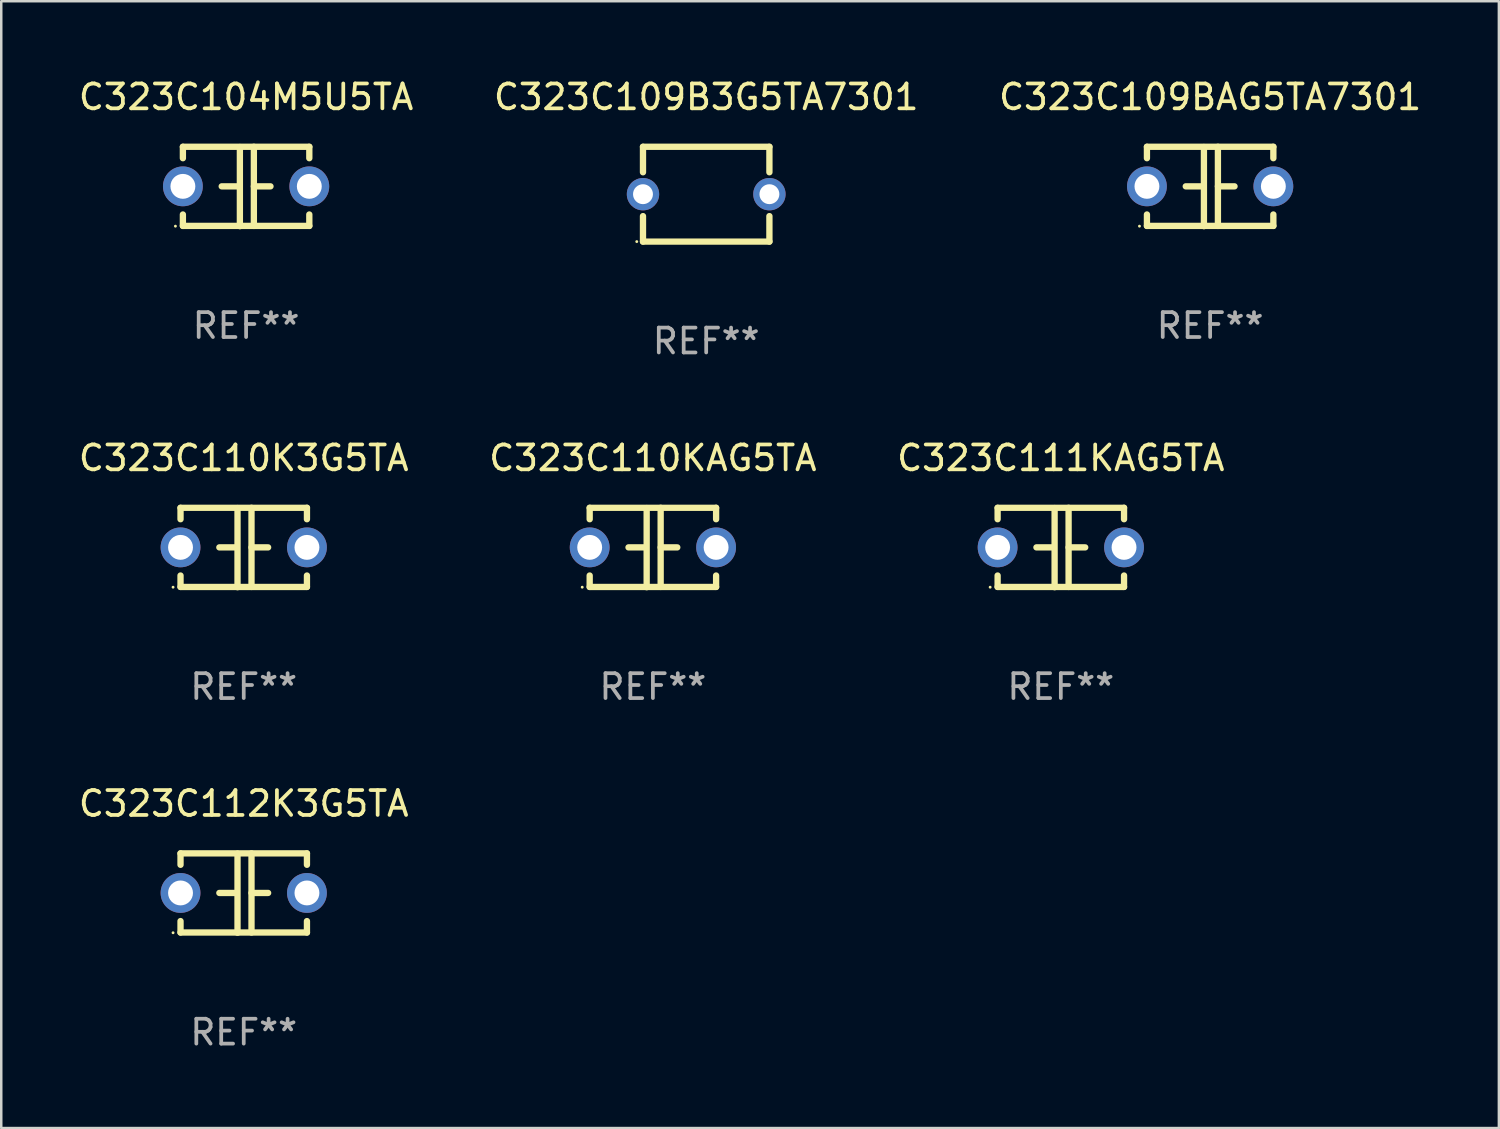
<source format=kicad_pcb>
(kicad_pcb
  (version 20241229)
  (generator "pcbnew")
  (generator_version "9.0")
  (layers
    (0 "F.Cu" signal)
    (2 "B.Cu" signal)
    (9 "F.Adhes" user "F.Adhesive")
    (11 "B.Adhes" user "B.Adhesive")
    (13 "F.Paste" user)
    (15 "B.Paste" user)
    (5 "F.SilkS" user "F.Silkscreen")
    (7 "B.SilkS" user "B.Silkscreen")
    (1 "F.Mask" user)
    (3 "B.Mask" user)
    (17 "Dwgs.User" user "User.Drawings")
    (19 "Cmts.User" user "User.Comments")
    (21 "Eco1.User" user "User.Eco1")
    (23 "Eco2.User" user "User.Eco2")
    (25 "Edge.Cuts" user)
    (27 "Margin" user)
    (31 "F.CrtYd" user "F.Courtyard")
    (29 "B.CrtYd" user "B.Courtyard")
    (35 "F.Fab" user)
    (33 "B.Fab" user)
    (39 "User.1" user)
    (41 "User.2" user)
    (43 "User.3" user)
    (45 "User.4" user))
  (footprint "C323C109BAG5TA7301"
    (layer "F.Cu")
    (at 45.577 4.443)
    (property "Reference" "C323C109BAG5TA7301" (at 0 -3.595 0) (layer "F.SilkS") (effects (font (size 1 1) (thickness 0.15))))
    (attr through_hole)
    (fp_line (start -2.54 -1.595) (end -2.54 -1.136) (stroke (width 0.254) (type solid)) (layer "F.SilkS"))
    (fp_line (start -2.54 -1.595) (end 2.54 -1.595) (stroke (width 0.254) (type solid)) (layer "F.SilkS"))
    (fp_line (start -2.54 1.126) (end -2.54 1.585) (stroke (width 0.254) (type solid)) (layer "F.SilkS"))
    (fp_line (start -0.312 -0.005) (end -0.98 -0.005) (stroke (width 0.254) (type solid)) (layer "F.SilkS"))
    (fp_line (start -0.25 -1.585) (end -0.25 1.595) (stroke (width 0.254) (type solid)) (layer "F.SilkS"))
    (fp_line (start 0.312 -1.595) (end 0.312 1.585) (stroke (width 0.254) (type solid)) (layer "F.SilkS"))
    (fp_line (start 0.312 -0.005) (end 0.98 -0.005) (stroke (width 0.254) (type solid)) (layer "F.SilkS"))
    (fp_line (start 2.54 -1.595) (end 2.54 -1.136) (stroke (width 0.254) (type solid)) (layer "F.SilkS"))
    (fp_line (start 2.54 1.126) (end 2.54 1.585) (stroke (width 0.254) (type solid)) (layer "F.SilkS"))
    (fp_line (start 2.54 1.585) (end -2.54 1.585) (stroke (width 0.254) (type solid)) (layer "F.SilkS"))
    (fp_circle (center -2.84 1.595) (end -2.81 1.595) (stroke (width 0.06) (type solid)) (fill no) (layer "F.SilkS"))
    (fp_text user "REF**" (at 0 5.595 0) (layer "F.Fab") (effects (font (size 1 1) (thickness 0.15))))
    (pad "1" thru_hole circle (at -2.54 -0.005) (size 1.6 1.6) (drill 1) (layers "*.Cu" "*.Mask"))
    (pad "2" thru_hole circle (at 2.54 -0.005) (size 1.6 1.6) (drill 1) (layers "*.Cu" "*.Mask")))
  (footprint "C323C110KAG5TA"
    (layer "F.Cu")
    (at 23.185 18.95)
    (property "Reference" "C323C110KAG5TA" (at 0 -3.595 0) (layer "F.SilkS") (effects (font (size 1 1) (thickness 0.15))))
    (attr through_hole)
    (fp_line (start -2.54 -1.595) (end -2.54 -1.136) (stroke (width 0.254) (type solid)) (layer "F.SilkS"))
    (fp_line (start -2.54 -1.595) (end 2.54 -1.595) (stroke (width 0.254) (type solid)) (layer "F.SilkS"))
    (fp_line (start -2.54 1.126) (end -2.54 1.585) (stroke (width 0.254) (type solid)) (layer "F.SilkS"))
    (fp_line (start -0.312 -0.005) (end -0.98 -0.005) (stroke (width 0.254) (type solid)) (layer "F.SilkS"))
    (fp_line (start -0.25 -1.585) (end -0.25 1.595) (stroke (width 0.254) (type solid)) (layer "F.SilkS"))
    (fp_line (start 0.312 -1.595) (end 0.312 1.585) (stroke (width 0.254) (type solid)) (layer "F.SilkS"))
    (fp_line (start 0.312 -0.005) (end 0.98 -0.005) (stroke (width 0.254) (type solid)) (layer "F.SilkS"))
    (fp_line (start 2.54 -1.595) (end 2.54 -1.136) (stroke (width 0.254) (type solid)) (layer "F.SilkS"))
    (fp_line (start 2.54 1.126) (end 2.54 1.585) (stroke (width 0.254) (type solid)) (layer "F.SilkS"))
    (fp_line (start 2.54 1.585) (end -2.54 1.585) (stroke (width 0.254) (type solid)) (layer "F.SilkS"))
    (fp_circle (center -2.84 1.595) (end -2.81 1.595) (stroke (width 0.06) (type solid)) (fill no) (layer "F.SilkS"))
    (fp_text user "REF**" (at 0 5.595 0) (layer "F.Fab") (effects (font (size 1 1) (thickness 0.15))))
    (pad "1" thru_hole circle (at -2.54 -0.005) (size 1.6 1.6) (drill 1) (layers "*.Cu" "*.Mask"))
    (pad "2" thru_hole circle (at 2.54 -0.005) (size 1.6 1.6) (drill 1) (layers "*.Cu" "*.Mask")))
  (footprint "C323C111KAG5TA"
    (layer "F.Cu")
    (at 39.577 18.95)
    (property "Reference" "C323C111KAG5TA" (at 0 -3.595 0) (layer "F.SilkS") (effects (font (size 1 1) (thickness 0.15))))
    (attr through_hole)
    (fp_line (start -2.54 -1.595) (end -2.54 -1.136) (stroke (width 0.254) (type solid)) (layer "F.SilkS"))
    (fp_line (start -2.54 -1.595) (end 2.54 -1.595) (stroke (width 0.254) (type solid)) (layer "F.SilkS"))
    (fp_line (start -2.54 1.126) (end -2.54 1.585) (stroke (width 0.254) (type solid)) (layer "F.SilkS"))
    (fp_line (start -0.312 -0.005) (end -0.98 -0.005) (stroke (width 0.254) (type solid)) (layer "F.SilkS"))
    (fp_line (start -0.25 -1.585) (end -0.25 1.595) (stroke (width 0.254) (type solid)) (layer "F.SilkS"))
    (fp_line (start 0.312 -1.595) (end 0.312 1.585) (stroke (width 0.254) (type solid)) (layer "F.SilkS"))
    (fp_line (start 0.312 -0.005) (end 0.98 -0.005) (stroke (width 0.254) (type solid)) (layer "F.SilkS"))
    (fp_line (start 2.54 -1.595) (end 2.54 -1.136) (stroke (width 0.254) (type solid)) (layer "F.SilkS"))
    (fp_line (start 2.54 1.126) (end 2.54 1.585) (stroke (width 0.254) (type solid)) (layer "F.SilkS"))
    (fp_line (start 2.54 1.585) (end -2.54 1.585) (stroke (width 0.254) (type solid)) (layer "F.SilkS"))
    (fp_circle (center -2.84 1.595) (end -2.81 1.595) (stroke (width 0.06) (type solid)) (fill no) (layer "F.SilkS"))
    (fp_text user "REF**" (at 0 5.595 0) (layer "F.Fab") (effects (font (size 1 1) (thickness 0.15))))
    (pad "1" thru_hole circle (at -2.54 -0.005) (size 1.6 1.6) (drill 1) (layers "*.Cu" "*.Mask"))
    (pad "2" thru_hole circle (at 2.54 -0.005) (size 1.6 1.6) (drill 1) (layers "*.Cu" "*.Mask")))
  (footprint "C323C109B3G5TA7301"
    (layer "F.Cu")
    (at 25.327 4.753)
    (property "Reference" "C323C109B3G5TA7301" (at 0 -3.905 0) (layer "F.SilkS") (effects (font (size 1 1) (thickness 0.15))))
    (attr through_hole)
    (fp_line (start -2.54 -1.905) (end -2.54 -0.881) (stroke (width 0.254) (type solid)) (layer "F.SilkS"))
    (fp_line (start -2.54 0.881) (end -2.54 1.905) (stroke (width 0.254) (type solid)) (layer "F.SilkS"))
    (fp_line (start -2.54 1.905) (end 2.54 1.905) (stroke (width 0.254) (type solid)) (layer "F.SilkS"))
    (fp_line (start 2.54 -1.905) (end -2.54 -1.905) (stroke (width 0.254) (type solid)) (layer "F.SilkS"))
    (fp_line (start 2.54 -0.881) (end 2.54 -1.905) (stroke (width 0.254) (type solid)) (layer "F.SilkS"))
    (fp_line (start 2.54 1.905) (end 2.54 0.881) (stroke (width 0.254) (type solid)) (layer "F.SilkS"))
    (fp_circle (center -2.79 1.905) (end -2.76 1.905) (stroke (width 0.06) (type solid)) (fill no) (layer "F.SilkS"))
    (fp_text user "REF**" (at 0 5.905 0) (layer "F.Fab") (effects (font (size 1 1) (thickness 0.15))))
    (pad "1" thru_hole circle (at -2.54 0) (size 1.3 1.3) (drill 0.8) (layers "*.Cu" "*.Mask"))
    (pad "2" thru_hole circle (at 2.54 0) (size 1.3 1.3) (drill 0.8) (layers "*.Cu" "*.Mask")))
  (footprint "C323C104M5U5TA"
    (layer "F.Cu")
    (at 6.839 4.443)
    (property "Reference" "C323C104M5U5TA" (at 0 -3.595 0) (layer "F.SilkS") (effects (font (size 1 1) (thickness 0.15))))
    (attr through_hole)
    (fp_line (start -2.54 -1.595) (end -2.54 -1.136) (stroke (width 0.254) (type solid)) (layer "F.SilkS"))
    (fp_line (start -2.54 -1.595) (end 2.54 -1.595) (stroke (width 0.254) (type solid)) (layer "F.SilkS"))
    (fp_line (start -2.54 1.126) (end -2.54 1.585) (stroke (width 0.254) (type solid)) (layer "F.SilkS"))
    (fp_line (start -0.312 -0.005) (end -0.98 -0.005) (stroke (width 0.254) (type solid)) (layer "F.SilkS"))
    (fp_line (start -0.25 -1.585) (end -0.25 1.595) (stroke (width 0.254) (type solid)) (layer "F.SilkS"))
    (fp_line (start 0.312 -1.595) (end 0.312 1.585) (stroke (width 0.254) (type solid)) (layer "F.SilkS"))
    (fp_line (start 0.312 -0.005) (end 0.98 -0.005) (stroke (width 0.254) (type solid)) (layer "F.SilkS"))
    (fp_line (start 2.54 -1.595) (end 2.54 -1.136) (stroke (width 0.254) (type solid)) (layer "F.SilkS"))
    (fp_line (start 2.54 1.126) (end 2.54 1.585) (stroke (width 0.254) (type solid)) (layer "F.SilkS"))
    (fp_line (start 2.54 1.585) (end -2.54 1.585) (stroke (width 0.254) (type solid)) (layer "F.SilkS"))
    (fp_circle (center -2.84 1.595) (end -2.81 1.595) (stroke (width 0.06) (type solid)) (fill no) (layer "F.SilkS"))
    (fp_text user "REF**" (at 0 5.595 0) (layer "F.Fab") (effects (font (size 1 1) (thickness 0.15))))
    (pad "1" thru_hole circle (at -2.54 -0.005) (size 1.6 1.6) (drill 1) (layers "*.Cu" "*.Mask"))
    (pad "2" thru_hole circle (at 2.54 -0.005) (size 1.6 1.6) (drill 1) (layers "*.Cu" "*.Mask")))
  (footprint "C323C112K3G5TA"
    (layer "F.Cu")
    (at 6.744 32.836)
    (property "Reference" "C323C112K3G5TA" (at 0 -3.595 0) (layer "F.SilkS") (effects (font (size 1 1) (thickness 0.15))))
    (attr through_hole)
    (fp_line (start -2.54 -1.595) (end -2.54 -1.136) (stroke (width 0.254) (type solid)) (layer "F.SilkS"))
    (fp_line (start -2.54 -1.595) (end 2.54 -1.595) (stroke (width 0.254) (type solid)) (layer "F.SilkS"))
    (fp_line (start -2.54 1.126) (end -2.54 1.585) (stroke (width 0.254) (type solid)) (layer "F.SilkS"))
    (fp_line (start -0.312 -0.005) (end -0.98 -0.005) (stroke (width 0.254) (type solid)) (layer "F.SilkS"))
    (fp_line (start -0.25 -1.585) (end -0.25 1.595) (stroke (width 0.254) (type solid)) (layer "F.SilkS"))
    (fp_line (start 0.312 -1.595) (end 0.312 1.585) (stroke (width 0.254) (type solid)) (layer "F.SilkS"))
    (fp_line (start 0.312 -0.005) (end 0.98 -0.005) (stroke (width 0.254) (type solid)) (layer "F.SilkS"))
    (fp_line (start 2.54 -1.595) (end 2.54 -1.136) (stroke (width 0.254) (type solid)) (layer "F.SilkS"))
    (fp_line (start 2.54 1.126) (end 2.54 1.585) (stroke (width 0.254) (type solid)) (layer "F.SilkS"))
    (fp_line (start 2.54 1.585) (end -2.54 1.585) (stroke (width 0.254) (type solid)) (layer "F.SilkS"))
    (fp_circle (center -2.84 1.595) (end -2.81 1.595) (stroke (width 0.06) (type solid)) (fill no) (layer "F.SilkS"))
    (fp_text user "REF**" (at 0 5.595 0) (layer "F.Fab") (effects (font (size 1 1) (thickness 0.15))))
    (pad "1" thru_hole circle (at -2.54 -0.005) (size 1.6 1.6) (drill 1) (layers "*.Cu" "*.Mask"))
    (pad "2" thru_hole circle (at 2.54 -0.005) (size 1.6 1.6) (drill 1) (layers "*.Cu" "*.Mask")))
  (footprint "C323C110K3G5TA"
    (layer "F.Cu")
    (at 6.744 18.95)
    (property "Reference" "C323C110K3G5TA" (at 0 -3.595 0) (layer "F.SilkS") (effects (font (size 1 1) (thickness 0.15))))
    (attr through_hole)
    (fp_line (start -2.54 -1.595) (end -2.54 -1.136) (stroke (width 0.254) (type solid)) (layer "F.SilkS"))
    (fp_line (start -2.54 -1.595) (end 2.54 -1.595) (stroke (width 0.254) (type solid)) (layer "F.SilkS"))
    (fp_line (start -2.54 1.126) (end -2.54 1.585) (stroke (width 0.254) (type solid)) (layer "F.SilkS"))
    (fp_line (start -0.312 -0.005) (end -0.98 -0.005) (stroke (width 0.254) (type solid)) (layer "F.SilkS"))
    (fp_line (start -0.25 -1.585) (end -0.25 1.595) (stroke (width 0.254) (type solid)) (layer "F.SilkS"))
    (fp_line (start 0.312 -1.595) (end 0.312 1.585) (stroke (width 0.254) (type solid)) (layer "F.SilkS"))
    (fp_line (start 0.312 -0.005) (end 0.98 -0.005) (stroke (width 0.254) (type solid)) (layer "F.SilkS"))
    (fp_line (start 2.54 -1.595) (end 2.54 -1.136) (stroke (width 0.254) (type solid)) (layer "F.SilkS"))
    (fp_line (start 2.54 1.126) (end 2.54 1.585) (stroke (width 0.254) (type solid)) (layer "F.SilkS"))
    (fp_line (start 2.54 1.585) (end -2.54 1.585) (stroke (width 0.254) (type solid)) (layer "F.SilkS"))
    (fp_circle (center -2.84 1.595) (end -2.81 1.595) (stroke (width 0.06) (type solid)) (fill no) (layer "F.SilkS"))
    (fp_text user "REF**" (at 0 5.595 0) (layer "F.Fab") (effects (font (size 1 1) (thickness 0.15))))
    (pad "1" thru_hole circle (at -2.54 -0.005) (size 1.6 1.6) (drill 1) (layers "*.Cu" "*.Mask"))
    (pad "2" thru_hole circle (at 2.54 -0.005) (size 1.6 1.6) (drill 1) (layers "*.Cu" "*.Mask")))
  (gr_rect
    (start -3 -3)
    (end 57.179 42.279)
    (stroke (width 0.1) (type default))
    (fill no)
    (layer "Edge.Cuts")))
</source>
